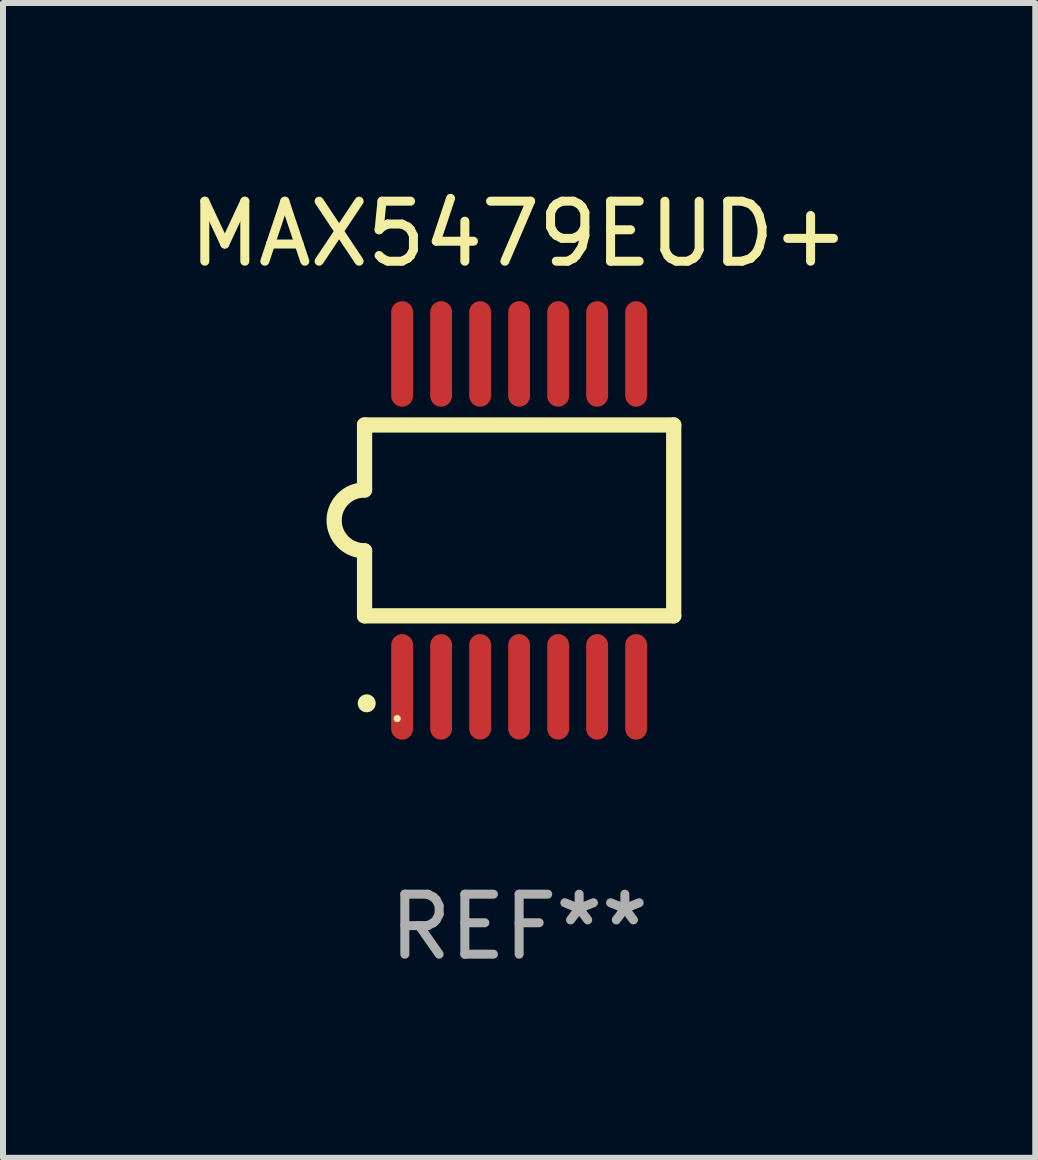
<source format=kicad_pcb>
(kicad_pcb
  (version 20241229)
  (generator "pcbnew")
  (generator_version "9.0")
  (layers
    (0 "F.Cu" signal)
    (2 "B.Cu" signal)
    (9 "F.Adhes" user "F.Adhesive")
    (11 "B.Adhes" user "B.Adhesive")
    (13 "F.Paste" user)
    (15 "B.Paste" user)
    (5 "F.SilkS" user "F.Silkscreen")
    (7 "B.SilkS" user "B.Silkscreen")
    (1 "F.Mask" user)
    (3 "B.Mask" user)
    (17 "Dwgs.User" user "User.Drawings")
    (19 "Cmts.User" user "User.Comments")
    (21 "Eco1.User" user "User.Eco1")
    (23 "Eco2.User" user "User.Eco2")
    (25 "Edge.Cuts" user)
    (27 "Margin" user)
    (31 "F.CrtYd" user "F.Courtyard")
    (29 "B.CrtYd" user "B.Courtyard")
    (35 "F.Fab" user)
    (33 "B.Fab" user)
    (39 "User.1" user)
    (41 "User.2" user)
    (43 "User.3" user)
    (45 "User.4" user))
  (footprint "MAX5479EUD+"
    (layer "F.Cu")
    (at 5.601 5.622)
    (property "Reference" "MAX5479EUD+" (at 0 -4.774 0) (layer "F.SilkS") (effects (font (size 1 1) (thickness 0.15))))
    (attr through_hole)
    (fp_line (start -2.576 -1.59) (end -2.576 -0.508) (stroke (width 0.254) (type solid)) (layer "F.SilkS"))
    (fp_line (start -2.576 -1.59) (end 2.576 -1.59) (stroke (width 0.254) (type solid)) (layer "F.SilkS"))
    (fp_line (start -2.576 1.59) (end -2.576 0.508) (stroke (width 0.254) (type solid)) (layer "F.SilkS"))
    (fp_line (start 2.576 -1.59) (end 2.576 1.59) (stroke (width 0.254) (type solid)) (layer "F.SilkS"))
    (fp_line (start 2.576 1.59) (end -2.576 1.59) (stroke (width 0.254) (type solid)) (layer "F.SilkS"))
    (fp_arc (start -2.576099 0.506706) (mid -3.081511 0) (end -2.576098 -0.506706) (stroke (width 0.254001) (type solid)) (layer "F.SilkS"))
    (fp_circle (center -2.54 3.048) (end -2.465 3.048) (stroke (width 0.15) (type solid)) (fill no) (layer "F.SilkS"))
    (fp_circle (center -2.032 3.302) (end -2.002 3.302) (stroke (width 0.06) (type solid)) (fill no) (layer "F.SilkS"))
    (fp_text user "REF**" (at 0 6.774 0) (layer "F.Fab") (effects (font (size 1 1) (thickness 0.15))))
    (pad "1" smd oval (at -1.95 2.774) (size 0.364 1.758) (layers "F.Cu" "F.Mask" "F.Paste"))
    (pad "2" smd oval (at -1.3 2.774) (size 0.364 1.758) (layers "F.Cu" "F.Mask" "F.Paste"))
    (pad "3" smd oval (at -0.65 2.774) (size 0.364 1.758) (layers "F.Cu" "F.Mask" "F.Paste"))
    (pad "4" smd oval (at 0 2.774) (size 0.364 1.758) (layers "F.Cu" "F.Mask" "F.Paste"))
    (pad "5" smd oval (at 0.65 2.774) (size 0.364 1.758) (layers "F.Cu" "F.Mask" "F.Paste"))
    (pad "6" smd oval (at 1.3 2.774) (size 0.364 1.758) (layers "F.Cu" "F.Mask" "F.Paste"))
    (pad "7" smd oval (at 1.95 2.774) (size 0.364 1.758) (layers "F.Cu" "F.Mask" "F.Paste"))
    (pad "8" smd oval (at 1.95 -2.774) (size 0.364 1.758) (layers "F.Cu" "F.Mask" "F.Paste"))
    (pad "9" smd oval (at 1.3 -2.774) (size 0.364 1.758) (layers "F.Cu" "F.Mask" "F.Paste"))
    (pad "10" smd oval (at 0.65 -2.774) (size 0.364 1.758) (layers "F.Cu" "F.Mask" "F.Paste"))
    (pad "11" smd oval (at 0 -2.774) (size 0.364 1.758) (layers "F.Cu" "F.Mask" "F.Paste"))
    (pad "12" smd oval (at -0.65 -2.774) (size 0.364 1.758) (layers "F.Cu" "F.Mask" "F.Paste"))
    (pad "13" smd oval (at -1.3 -2.774) (size 0.364 1.758) (layers "F.Cu" "F.Mask" "F.Paste"))
    (pad "14" smd oval (at -1.95 -2.774) (size 0.364 1.758) (layers "F.Cu" "F.Mask" "F.Paste")))
  (gr_rect
    (start -3 -3)
    (end 14.202 16.244)
    (stroke (width 0.1) (type default))
    (fill no)
    (layer "Edge.Cuts")))
</source>
